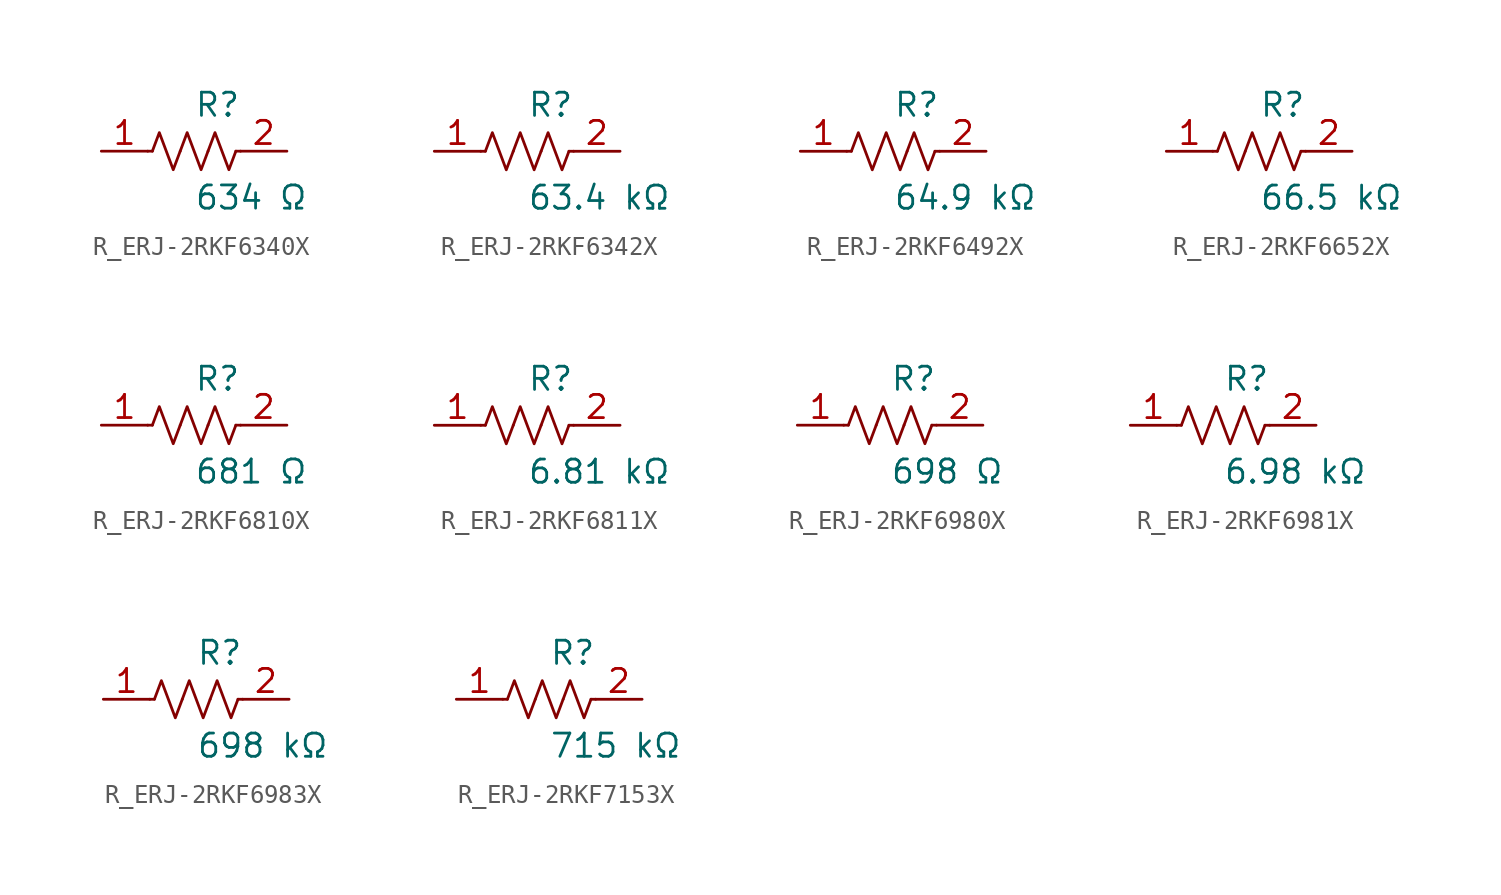
<source format=kicad_sym>
(kicad_symbol_lib
  (version 20231120)
  (generator kicad_symbol_editor)
  (generator_version 8.0)
  (symbol "R_ERJ-2RKF6340X"
    (pin_names
      (offset 0.254))
    (property "Reference" "R"
      (at 0.0 2.54 0)
      (effects (font (size 1.27 1.27)) (justify left)))
    (property "Value" "634 Ω"
      (at 0.0 -2.54 0)
      (effects (font (size 1.27 1.27)) (justify left)))
    (symbol "R_ERJ-2RKF6340X_0_1"
      (polyline (pts (xy 2.286 0) (xy 2.54 0)) (stroke (width 0) (type default)) (fill (type none)))
      (polyline (pts (xy -2.286 0) (xy -2.54 0)) (stroke (width 0) (type default)) (fill (type none)))
      (polyline (pts (xy 0.762 0) (xy 1.143 1.016) (xy 1.524 0) (xy 1.905 -1.016) (xy 2.286 0)) (stroke (width 0) (type default)) (fill (type none)))
      (polyline (pts (xy -0.762 0) (xy -0.381 1.016) (xy 0 0) (xy 0.381 -1.016) (xy 0.762 0)) (stroke (width 0) (type default)) (fill (type none)))
      (polyline (pts (xy -2.286 0) (xy -1.905 1.016) (xy -1.524 0) (xy -1.143 -1.016) (xy -0.762 0)) (stroke (width 0) (type default)) (fill (type none))))
    (pin unspecified line
      (at -5.08 0 0)
      (length 2.54)
      (name "" (effects (font (size 1.27 1.27))))
      (number "1" (effects (font (size 1.27 1.27)))))
    (pin unspecified line
      (at 5.08 0 180)
      (length 2.54)
      (name "" (effects (font (size 1.27 1.27))))
      (number "2" (effects (font (size 1.27 1.27))))))
  (symbol "R_ERJ-2RKF6342X"
    (pin_names
      (offset 0.254))
    (property "Reference" "R"
      (at 0.0 2.54 0)
      (effects (font (size 1.27 1.27)) (justify left)))
    (property "Value" "63.4 kΩ"
      (at 0.0 -2.54 0)
      (effects (font (size 1.27 1.27)) (justify left)))
    (symbol "R_ERJ-2RKF6342X_0_1"
      (polyline (pts (xy 2.286 0) (xy 2.54 0)) (stroke (width 0) (type default)) (fill (type none)))
      (polyline (pts (xy -2.286 0) (xy -2.54 0)) (stroke (width 0) (type default)) (fill (type none)))
      (polyline (pts (xy 0.762 0) (xy 1.143 1.016) (xy 1.524 0) (xy 1.905 -1.016) (xy 2.286 0)) (stroke (width 0) (type default)) (fill (type none)))
      (polyline (pts (xy -0.762 0) (xy -0.381 1.016) (xy 0 0) (xy 0.381 -1.016) (xy 0.762 0)) (stroke (width 0) (type default)) (fill (type none)))
      (polyline (pts (xy -2.286 0) (xy -1.905 1.016) (xy -1.524 0) (xy -1.143 -1.016) (xy -0.762 0)) (stroke (width 0) (type default)) (fill (type none))))
    (pin unspecified line
      (at -5.08 0 0)
      (length 2.54)
      (name "" (effects (font (size 1.27 1.27))))
      (number "1" (effects (font (size 1.27 1.27)))))
    (pin unspecified line
      (at 5.08 0 180)
      (length 2.54)
      (name "" (effects (font (size 1.27 1.27))))
      (number "2" (effects (font (size 1.27 1.27))))))
  (symbol "R_ERJ-2RKF6492X"
    (pin_names
      (offset 0.254))
    (property "Reference" "R"
      (at 0.0 2.54 0)
      (effects (font (size 1.27 1.27)) (justify left)))
    (property "Value" "64.9 kΩ"
      (at 0.0 -2.54 0)
      (effects (font (size 1.27 1.27)) (justify left)))
    (symbol "R_ERJ-2RKF6492X_0_1"
      (polyline (pts (xy 2.286 0) (xy 2.54 0)) (stroke (width 0) (type default)) (fill (type none)))
      (polyline (pts (xy -2.286 0) (xy -2.54 0)) (stroke (width 0) (type default)) (fill (type none)))
      (polyline (pts (xy 0.762 0) (xy 1.143 1.016) (xy 1.524 0) (xy 1.905 -1.016) (xy 2.286 0)) (stroke (width 0) (type default)) (fill (type none)))
      (polyline (pts (xy -0.762 0) (xy -0.381 1.016) (xy 0 0) (xy 0.381 -1.016) (xy 0.762 0)) (stroke (width 0) (type default)) (fill (type none)))
      (polyline (pts (xy -2.286 0) (xy -1.905 1.016) (xy -1.524 0) (xy -1.143 -1.016) (xy -0.762 0)) (stroke (width 0) (type default)) (fill (type none))))
    (pin unspecified line
      (at -5.08 0 0)
      (length 2.54)
      (name "" (effects (font (size 1.27 1.27))))
      (number "1" (effects (font (size 1.27 1.27)))))
    (pin unspecified line
      (at 5.08 0 180)
      (length 2.54)
      (name "" (effects (font (size 1.27 1.27))))
      (number "2" (effects (font (size 1.27 1.27))))))
  (symbol "R_ERJ-2RKF6652X"
    (pin_names
      (offset 0.254))
    (property "Reference" "R"
      (at 0.0 2.54 0)
      (effects (font (size 1.27 1.27)) (justify left)))
    (property "Value" "66.5 kΩ"
      (at 0.0 -2.54 0)
      (effects (font (size 1.27 1.27)) (justify left)))
    (symbol "R_ERJ-2RKF6652X_0_1"
      (polyline (pts (xy 2.286 0) (xy 2.54 0)) (stroke (width 0) (type default)) (fill (type none)))
      (polyline (pts (xy -2.286 0) (xy -2.54 0)) (stroke (width 0) (type default)) (fill (type none)))
      (polyline (pts (xy 0.762 0) (xy 1.143 1.016) (xy 1.524 0) (xy 1.905 -1.016) (xy 2.286 0)) (stroke (width 0) (type default)) (fill (type none)))
      (polyline (pts (xy -0.762 0) (xy -0.381 1.016) (xy 0 0) (xy 0.381 -1.016) (xy 0.762 0)) (stroke (width 0) (type default)) (fill (type none)))
      (polyline (pts (xy -2.286 0) (xy -1.905 1.016) (xy -1.524 0) (xy -1.143 -1.016) (xy -0.762 0)) (stroke (width 0) (type default)) (fill (type none))))
    (pin unspecified line
      (at -5.08 0 0)
      (length 2.54)
      (name "" (effects (font (size 1.27 1.27))))
      (number "1" (effects (font (size 1.27 1.27)))))
    (pin unspecified line
      (at 5.08 0 180)
      (length 2.54)
      (name "" (effects (font (size 1.27 1.27))))
      (number "2" (effects (font (size 1.27 1.27))))))
  (symbol "R_ERJ-2RKF6810X"
    (pin_names
      (offset 0.254))
    (property "Reference" "R"
      (at 0.0 2.54 0)
      (effects (font (size 1.27 1.27)) (justify left)))
    (property "Value" "681 Ω"
      (at 0.0 -2.54 0)
      (effects (font (size 1.27 1.27)) (justify left)))
    (symbol "R_ERJ-2RKF6810X_0_1"
      (polyline (pts (xy 2.286 0) (xy 2.54 0)) (stroke (width 0) (type default)) (fill (type none)))
      (polyline (pts (xy -2.286 0) (xy -2.54 0)) (stroke (width 0) (type default)) (fill (type none)))
      (polyline (pts (xy 0.762 0) (xy 1.143 1.016) (xy 1.524 0) (xy 1.905 -1.016) (xy 2.286 0)) (stroke (width 0) (type default)) (fill (type none)))
      (polyline (pts (xy -0.762 0) (xy -0.381 1.016) (xy 0 0) (xy 0.381 -1.016) (xy 0.762 0)) (stroke (width 0) (type default)) (fill (type none)))
      (polyline (pts (xy -2.286 0) (xy -1.905 1.016) (xy -1.524 0) (xy -1.143 -1.016) (xy -0.762 0)) (stroke (width 0) (type default)) (fill (type none))))
    (pin unspecified line
      (at -5.08 0 0)
      (length 2.54)
      (name "" (effects (font (size 1.27 1.27))))
      (number "1" (effects (font (size 1.27 1.27)))))
    (pin unspecified line
      (at 5.08 0 180)
      (length 2.54)
      (name "" (effects (font (size 1.27 1.27))))
      (number "2" (effects (font (size 1.27 1.27))))))
  (symbol "R_ERJ-2RKF6811X"
    (pin_names
      (offset 0.254))
    (property "Reference" "R"
      (at 0.0 2.54 0)
      (effects (font (size 1.27 1.27)) (justify left)))
    (property "Value" "6.81 kΩ"
      (at 0.0 -2.54 0)
      (effects (font (size 1.27 1.27)) (justify left)))
    (symbol "R_ERJ-2RKF6811X_0_1"
      (polyline (pts (xy 2.286 0) (xy 2.54 0)) (stroke (width 0) (type default)) (fill (type none)))
      (polyline (pts (xy -2.286 0) (xy -2.54 0)) (stroke (width 0) (type default)) (fill (type none)))
      (polyline (pts (xy 0.762 0) (xy 1.143 1.016) (xy 1.524 0) (xy 1.905 -1.016) (xy 2.286 0)) (stroke (width 0) (type default)) (fill (type none)))
      (polyline (pts (xy -0.762 0) (xy -0.381 1.016) (xy 0 0) (xy 0.381 -1.016) (xy 0.762 0)) (stroke (width 0) (type default)) (fill (type none)))
      (polyline (pts (xy -2.286 0) (xy -1.905 1.016) (xy -1.524 0) (xy -1.143 -1.016) (xy -0.762 0)) (stroke (width 0) (type default)) (fill (type none))))
    (pin unspecified line
      (at -5.08 0 0)
      (length 2.54)
      (name "" (effects (font (size 1.27 1.27))))
      (number "1" (effects (font (size 1.27 1.27)))))
    (pin unspecified line
      (at 5.08 0 180)
      (length 2.54)
      (name "" (effects (font (size 1.27 1.27))))
      (number "2" (effects (font (size 1.27 1.27))))))
  (symbol "R_ERJ-2RKF6980X"
    (pin_names
      (offset 0.254))
    (property "Reference" "R"
      (at 0.0 2.54 0)
      (effects (font (size 1.27 1.27)) (justify left)))
    (property "Value" "698 Ω"
      (at 0.0 -2.54 0)
      (effects (font (size 1.27 1.27)) (justify left)))
    (symbol "R_ERJ-2RKF6980X_0_1"
      (polyline (pts (xy 2.286 0) (xy 2.54 0)) (stroke (width 0) (type default)) (fill (type none)))
      (polyline (pts (xy -2.286 0) (xy -2.54 0)) (stroke (width 0) (type default)) (fill (type none)))
      (polyline (pts (xy 0.762 0) (xy 1.143 1.016) (xy 1.524 0) (xy 1.905 -1.016) (xy 2.286 0)) (stroke (width 0) (type default)) (fill (type none)))
      (polyline (pts (xy -0.762 0) (xy -0.381 1.016) (xy 0 0) (xy 0.381 -1.016) (xy 0.762 0)) (stroke (width 0) (type default)) (fill (type none)))
      (polyline (pts (xy -2.286 0) (xy -1.905 1.016) (xy -1.524 0) (xy -1.143 -1.016) (xy -0.762 0)) (stroke (width 0) (type default)) (fill (type none))))
    (pin unspecified line
      (at -5.08 0 0)
      (length 2.54)
      (name "" (effects (font (size 1.27 1.27))))
      (number "1" (effects (font (size 1.27 1.27)))))
    (pin unspecified line
      (at 5.08 0 180)
      (length 2.54)
      (name "" (effects (font (size 1.27 1.27))))
      (number "2" (effects (font (size 1.27 1.27))))))
  (symbol "R_ERJ-2RKF6981X"
    (pin_names
      (offset 0.254))
    (property "Reference" "R"
      (at 0.0 2.54 0)
      (effects (font (size 1.27 1.27)) (justify left)))
    (property "Value" "6.98 kΩ"
      (at 0.0 -2.54 0)
      (effects (font (size 1.27 1.27)) (justify left)))
    (symbol "R_ERJ-2RKF6981X_0_1"
      (polyline (pts (xy 2.286 0) (xy 2.54 0)) (stroke (width 0) (type default)) (fill (type none)))
      (polyline (pts (xy -2.286 0) (xy -2.54 0)) (stroke (width 0) (type default)) (fill (type none)))
      (polyline (pts (xy 0.762 0) (xy 1.143 1.016) (xy 1.524 0) (xy 1.905 -1.016) (xy 2.286 0)) (stroke (width 0) (type default)) (fill (type none)))
      (polyline (pts (xy -0.762 0) (xy -0.381 1.016) (xy 0 0) (xy 0.381 -1.016) (xy 0.762 0)) (stroke (width 0) (type default)) (fill (type none)))
      (polyline (pts (xy -2.286 0) (xy -1.905 1.016) (xy -1.524 0) (xy -1.143 -1.016) (xy -0.762 0)) (stroke (width 0) (type default)) (fill (type none))))
    (pin unspecified line
      (at -5.08 0 0)
      (length 2.54)
      (name "" (effects (font (size 1.27 1.27))))
      (number "1" (effects (font (size 1.27 1.27)))))
    (pin unspecified line
      (at 5.08 0 180)
      (length 2.54)
      (name "" (effects (font (size 1.27 1.27))))
      (number "2" (effects (font (size 1.27 1.27))))))
  (symbol "R_ERJ-2RKF6983X"
    (pin_names
      (offset 0.254))
    (property "Reference" "R"
      (at 0.0 2.54 0)
      (effects (font (size 1.27 1.27)) (justify left)))
    (property "Value" "698 kΩ"
      (at 0.0 -2.54 0)
      (effects (font (size 1.27 1.27)) (justify left)))
    (symbol "R_ERJ-2RKF6983X_0_1"
      (polyline (pts (xy 2.286 0) (xy 2.54 0)) (stroke (width 0) (type default)) (fill (type none)))
      (polyline (pts (xy -2.286 0) (xy -2.54 0)) (stroke (width 0) (type default)) (fill (type none)))
      (polyline (pts (xy 0.762 0) (xy 1.143 1.016) (xy 1.524 0) (xy 1.905 -1.016) (xy 2.286 0)) (stroke (width 0) (type default)) (fill (type none)))
      (polyline (pts (xy -0.762 0) (xy -0.381 1.016) (xy 0 0) (xy 0.381 -1.016) (xy 0.762 0)) (stroke (width 0) (type default)) (fill (type none)))
      (polyline (pts (xy -2.286 0) (xy -1.905 1.016) (xy -1.524 0) (xy -1.143 -1.016) (xy -0.762 0)) (stroke (width 0) (type default)) (fill (type none))))
    (pin unspecified line
      (at -5.08 0 0)
      (length 2.54)
      (name "" (effects (font (size 1.27 1.27))))
      (number "1" (effects (font (size 1.27 1.27)))))
    (pin unspecified line
      (at 5.08 0 180)
      (length 2.54)
      (name "" (effects (font (size 1.27 1.27))))
      (number "2" (effects (font (size 1.27 1.27))))))
  (symbol "R_ERJ-2RKF7153X"
    (pin_names
      (offset 0.254))
    (property "Reference" "R"
      (at 0.0 2.54 0)
      (effects (font (size 1.27 1.27)) (justify left)))
    (property "Value" "715 kΩ"
      (at 0.0 -2.54 0)
      (effects (font (size 1.27 1.27)) (justify left)))
    (symbol "R_ERJ-2RKF7153X_0_1"
      (polyline (pts (xy 2.286 0) (xy 2.54 0)) (stroke (width 0) (type default)) (fill (type none)))
      (polyline (pts (xy -2.286 0) (xy -2.54 0)) (stroke (width 0) (type default)) (fill (type none)))
      (polyline (pts (xy 0.762 0) (xy 1.143 1.016) (xy 1.524 0) (xy 1.905 -1.016) (xy 2.286 0)) (stroke (width 0) (type default)) (fill (type none)))
      (polyline (pts (xy -0.762 0) (xy -0.381 1.016) (xy 0 0) (xy 0.381 -1.016) (xy 0.762 0)) (stroke (width 0) (type default)) (fill (type none)))
      (polyline (pts (xy -2.286 0) (xy -1.905 1.016) (xy -1.524 0) (xy -1.143 -1.016) (xy -0.762 0)) (stroke (width 0) (type default)) (fill (type none))))
    (pin unspecified line
      (at -5.08 0 0)
      (length 2.54)
      (name "" (effects (font (size 1.27 1.27))))
      (number "1" (effects (font (size 1.27 1.27)))))
    (pin unspecified line
      (at 5.08 0 180)
      (length 2.54)
      (name "" (effects (font (size 1.27 1.27))))
      (number "2" (effects (font (size 1.27 1.27)))))))
</source>
